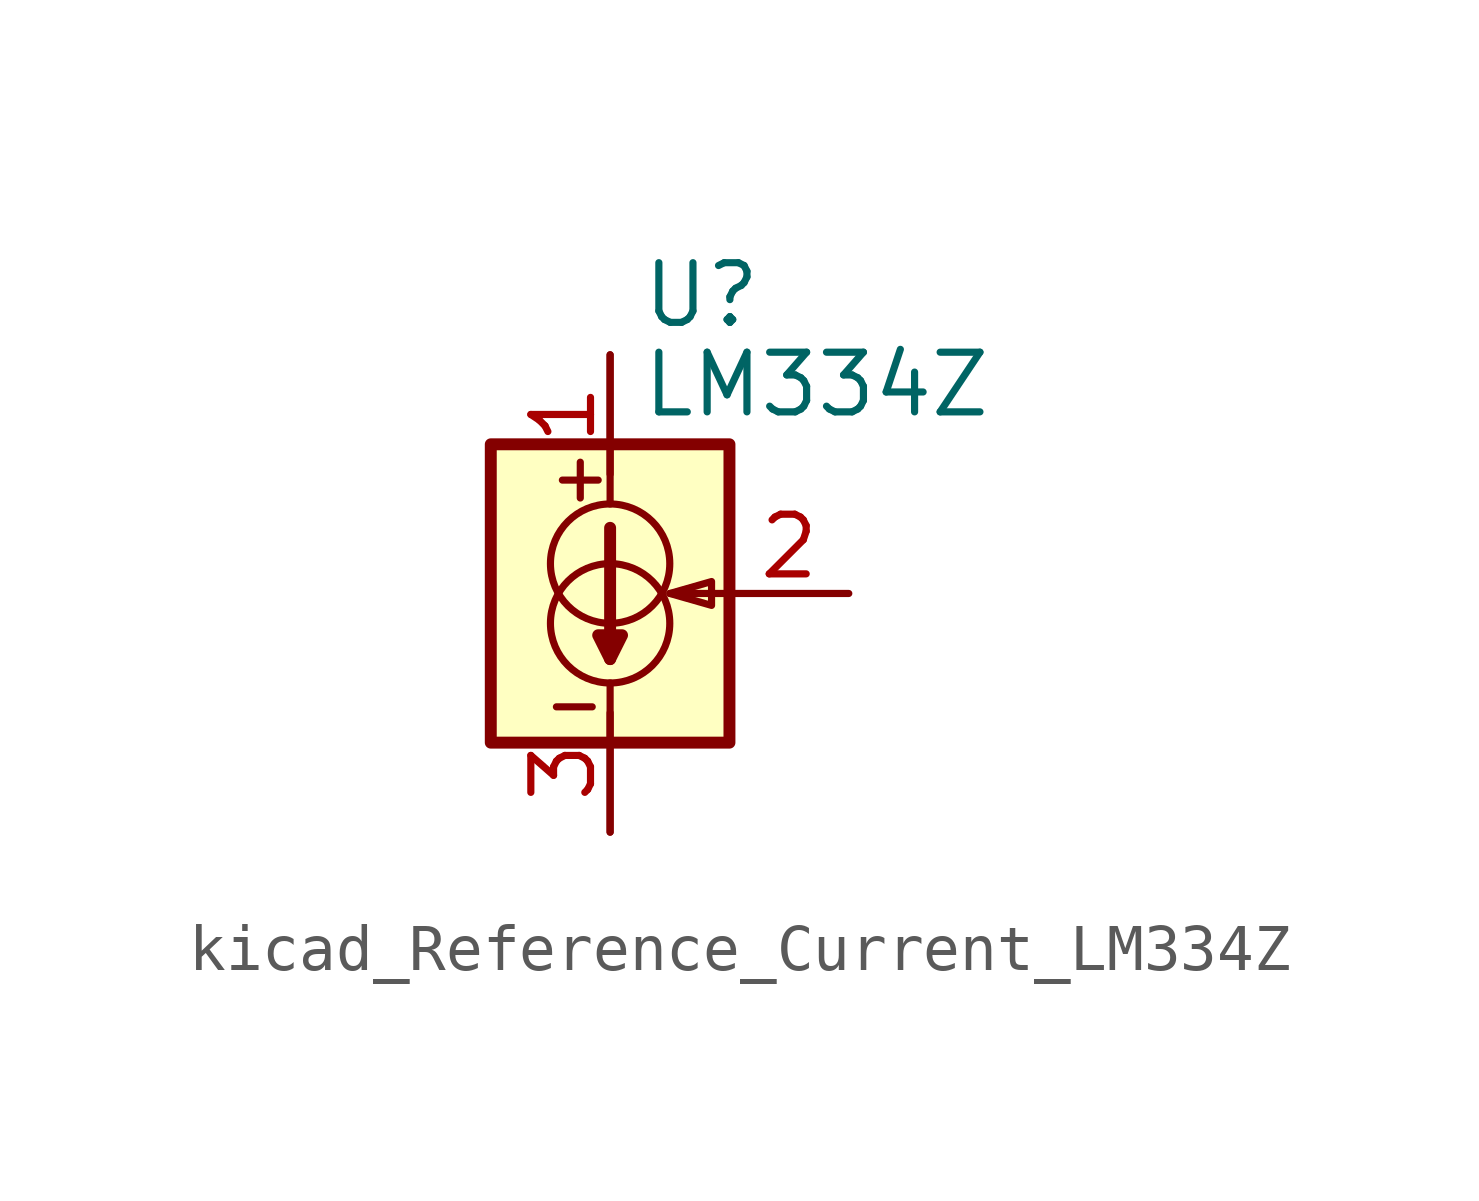
<source format=kicad_sym>
(kicad_symbol_lib
  (version 20220914)
  (generator kicad_symbol_editor)
  (symbol "kicad_Reference_Current_LM334Z"
    (property "Reference" "U"
      (at 0.635 6.35 0)
      (effects (font (size 1.27 1.27)) (justify left)))
    (property "Value" "LM334Z"
      (at 0.635 4.445 0)
      (effects (font (size 1.27 1.27)) (justify left)))
    (symbol "kicad_Reference_Current_LM334Z_0_1"
      (rectangle (start -2.54 3.175) (end 2.54 -3.175) (stroke (width 0.254) (type default)) (fill (type background)))
      (circle (center 0 -0.635) (radius 1.27) (stroke (width 0) (type default)) (fill (type none)))
      (polyline (pts (xy -1.143 -2.413) (xy -0.381 -2.413)) (stroke (width 0) (type default)) (fill (type none)))
      (polyline (pts (xy -1.016 2.413) (xy -0.254 2.413)) (stroke (width 0) (type default)) (fill (type none)))
      (polyline (pts (xy -0.635 2.794) (xy -0.635 2.032)) (stroke (width 0) (type default)) (fill (type none)))
      (polyline (pts (xy 0 -1.905) (xy 0 -5.08)) (stroke (width 0) (type default)) (fill (type none)))
      (polyline (pts (xy 0 1.397) (xy 0 -1.397)) (stroke (width 0.254) (type default)) (fill (type none)))
      (polyline (pts (xy 0 5.08) (xy 0 1.905)) (stroke (width 0) (type default)) (fill (type none)))
      (polyline (pts (xy 2.54 0) (xy 1.27 0)) (stroke (width 0) (type default)) (fill (type none)))
      (polyline (pts (xy 0 -1.397) (xy -0.254 -0.889) (xy 0.254 -0.889) (xy 0 -1.397)) (stroke (width 0.254) (type default)) (fill (type none)))
      (polyline (pts (xy 1.27 0) (xy 2.159 0.254) (xy 2.159 -0.254) (xy 1.27 0)) (stroke (width 0) (type default)) (fill (type none)))
      (circle (center 0 0.635) (radius 1.27) (stroke (width 0) (type default)) (fill (type none))))
    (symbol "kicad_Reference_Current_LM334Z_1_1"
      (pin passive line (at 0 5.08 270) (length 2.54) (name "~" (effects (font (size 1.27 1.27)))) (number "1" (effects (font (size 1.27 1.27)))))
      (pin passive line (at 5.08 0 180) (length 2.54) (name "~" (effects (font (size 1.27 1.27)))) (number "2" (effects (font (size 1.27 1.27)))))
      (pin passive line (at 0 -5.08 90) (length 2.54) (name "~" (effects (font (size 1.27 1.27)))) (number "3" (effects (font (size 1.27 1.27))))))))
</source>
